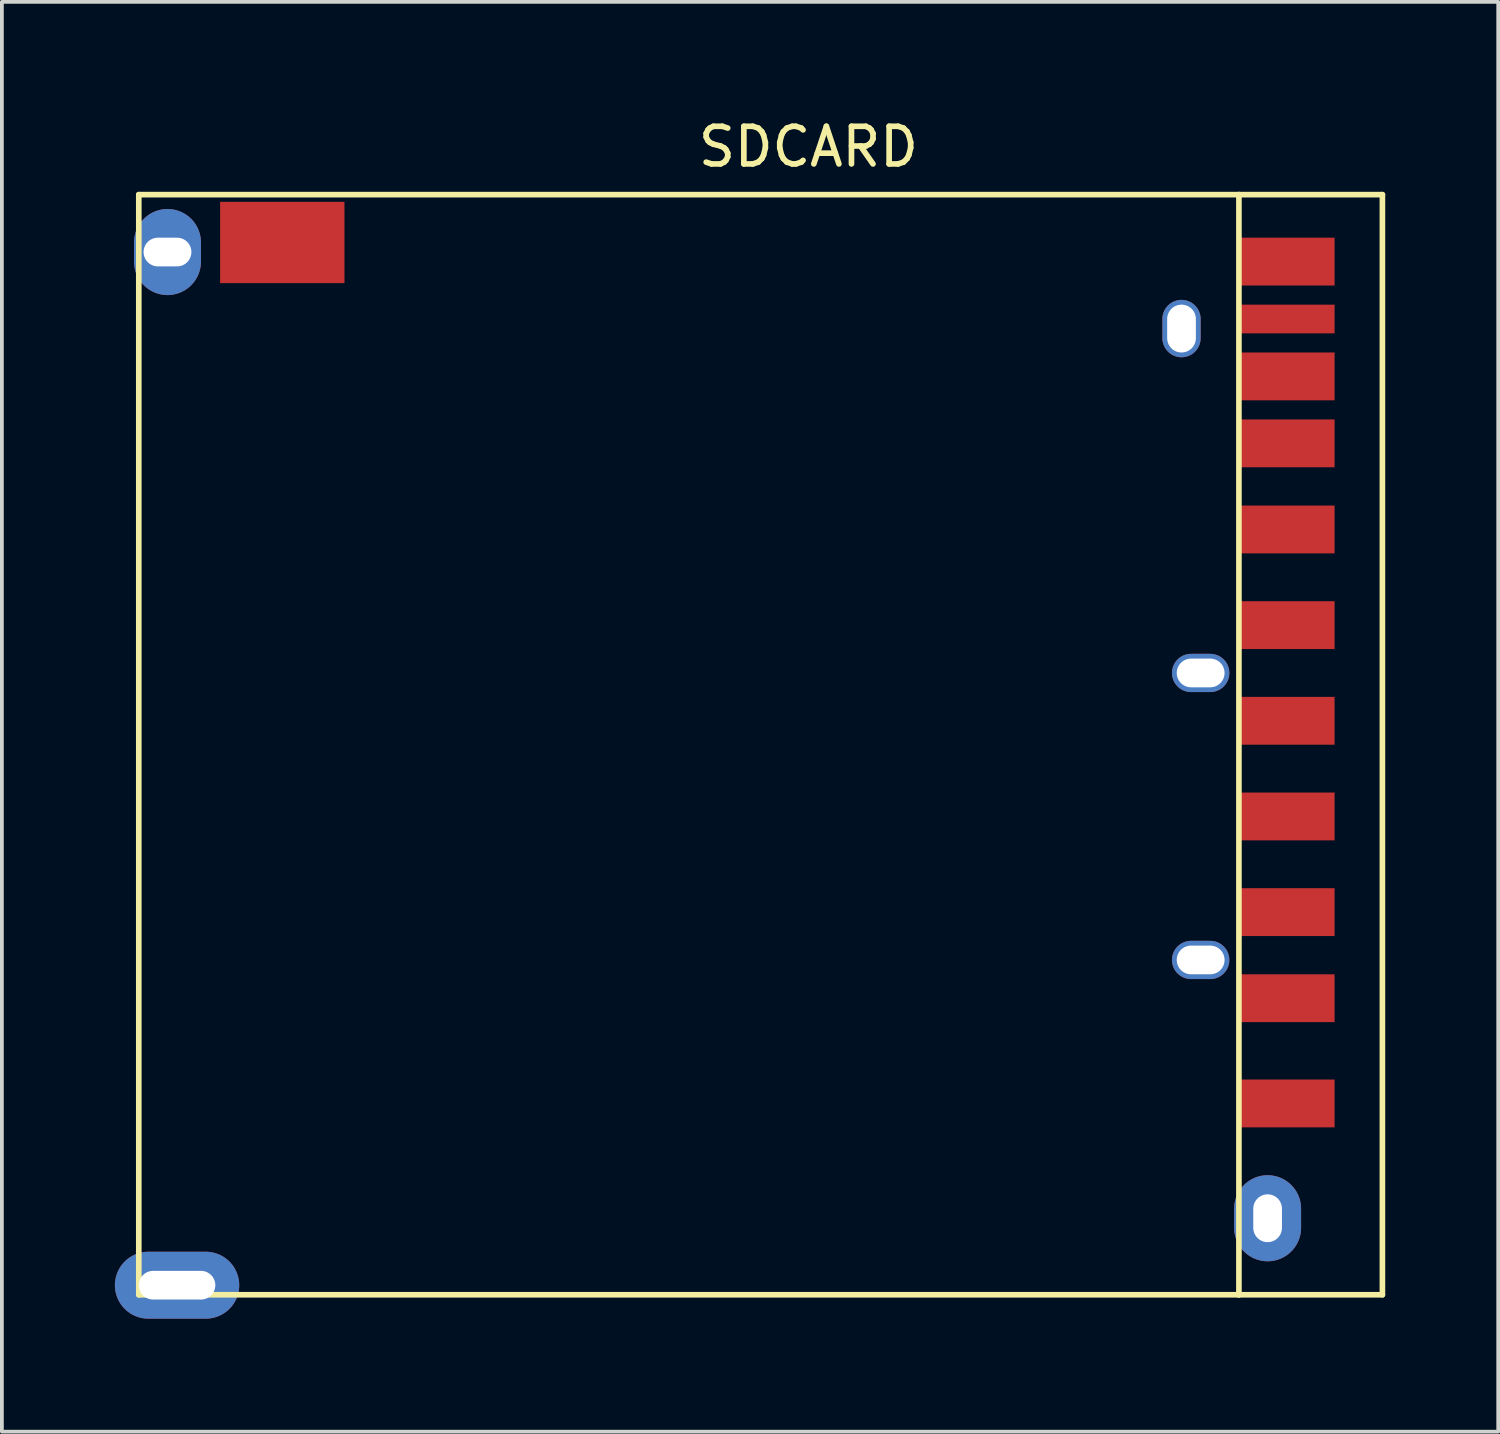
<source format=kicad_pcb>
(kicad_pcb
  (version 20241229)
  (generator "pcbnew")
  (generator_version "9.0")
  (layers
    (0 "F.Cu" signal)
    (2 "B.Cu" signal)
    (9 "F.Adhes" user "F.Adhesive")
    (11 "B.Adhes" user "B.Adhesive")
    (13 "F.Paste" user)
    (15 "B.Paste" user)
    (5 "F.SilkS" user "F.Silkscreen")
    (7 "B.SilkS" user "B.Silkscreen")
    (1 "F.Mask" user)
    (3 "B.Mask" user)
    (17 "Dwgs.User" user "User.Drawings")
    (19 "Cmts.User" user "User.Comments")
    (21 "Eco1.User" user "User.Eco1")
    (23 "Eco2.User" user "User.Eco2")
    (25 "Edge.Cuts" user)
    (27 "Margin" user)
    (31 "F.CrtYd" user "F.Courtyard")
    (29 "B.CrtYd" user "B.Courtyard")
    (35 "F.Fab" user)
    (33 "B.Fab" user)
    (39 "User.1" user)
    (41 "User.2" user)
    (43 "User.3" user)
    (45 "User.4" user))
  (footprint "SDCARD"
    (layer "F.Cu")
    (at 9.525 22.438)
    (property "Reference" "SDCARD" (at 8.89 -21.59 0) (layer "F.SilkS") (effects (font (size 1 1) (thickness 0.15))))
    (attr through_hole)
    (fp_line (start -8.89 -20.32) (end -8.89 8.89) (stroke (width 0.15) (type solid)) (layer "F.SilkS"))
    (fp_line (start -8.89 -20.32) (end 20.32 -20.32) (stroke (width 0.15) (type solid)) (layer "F.SilkS"))
    (fp_line (start -8.89 8.89) (end 20.32 8.89) (stroke (width 0.15) (type solid)) (layer "F.SilkS"))
    (fp_line (start 20.32 -20.32) (end 20.32 8.89) (stroke (width 0.15) (type solid)) (layer "F.SilkS"))
    (fp_line (start 20.32 -20.32) (end 24.13 -20.32) (stroke (width 0.15) (type solid)) (layer "F.SilkS"))
    (fp_line (start 24.13 -20.32) (end 24.13 8.89) (stroke (width 0.15) (type solid)) (layer "F.SilkS"))
    (fp_line (start 24.13 8.89) (end 20.32 8.89) (stroke (width 0.15) (type solid)) (layer "F.SilkS"))
    (pad "1" smd rect (at 21.59 1.016) (size 2.54 1.27) (layers "F.Cu" "F.Mask" "F.Paste"))
    (pad "2" smd rect (at 21.59 -1.27) (size 2.54 1.27) (layers "F.Cu" "F.Mask" "F.Paste"))
    (pad "3" smd rect (at 21.59 -3.81) (size 2.54 1.27) (layers "F.Cu" "F.Mask" "F.Paste"))
    (pad "4" smd rect (at 21.59 -6.35) (size 2.54 1.27) (layers "F.Cu" "F.Mask" "F.Paste"))
    (pad "5" smd rect (at 21.59 -8.89) (size 2.54 1.27) (layers "F.Cu" "F.Mask" "F.Paste"))
    (pad "6" smd rect (at 21.59 -11.43) (size 2.54 1.27) (layers "F.Cu" "F.Mask" "F.Paste"))
    (pad "7" smd rect (at 21.59 -13.716) (size 2.54 1.27) (layers "F.Cu" "F.Mask" "F.Paste"))
    (pad "8" smd rect (at 21.59 -15.494) (size 2.54 1.27) (layers "F.Cu" "F.Mask" "F.Paste"))
    (pad "9" smd rect (at 21.59 3.81) (size 2.54 1.27) (layers "F.Cu" "F.Mask" "F.Paste"))
    (pad "10" smd rect (at 21.59 -17.018) (size 2.54 0.762) (layers "F.Cu" "F.Mask" "F.Paste"))
    (pad "11" smd rect (at 21.59 -18.542) (size 2.54 1.27) (layers "F.Cu" "F.Mask" "F.Paste"))
    (pad "12" smd rect (at -5.08 -19.05) (size 3.302 2.159) (layers "F.Cu" "F.Mask" "F.Paste"))
    (pad "13" thru_hole oval (at 18.796 -16.764) (size 1.016 1.524) (drill oval 0.762 1.27) (layers "*.Cu" "*.Mask"))
    (pad "14" thru_hole oval (at 19.304 -7.62) (size 1.524 1.016) (drill oval 1.27 0.762) (layers "*.Cu" "*.Mask"))
    (pad "15" thru_hole oval (at 19.304 0) (size 1.524 1.016) (drill oval 1.27 0.762) (layers "*.Cu" "*.Mask"))
    (pad "16" thru_hole oval (at 21.082 6.858) (size 1.778 2.286) (drill oval 0.762 1.27) (layers "*.Cu" "*.Mask"))
    (pad "17" thru_hole oval (at -7.874 8.636) (size 3.302 1.778) (drill oval 2.032 0.762) (layers "*.Cu" "*.Mask"))
    (pad "18" thru_hole oval (at -8.128 -18.796) (size 1.778 2.286) (drill oval 1.27 0.762) (layers "*.Cu" "*.Mask")))
  (gr_rect
    (start -3 -3)
    (end 36.73 34.963)
    (stroke (width 0.1) (type default))
    (fill no)
    (layer "Edge.Cuts")))
</source>
